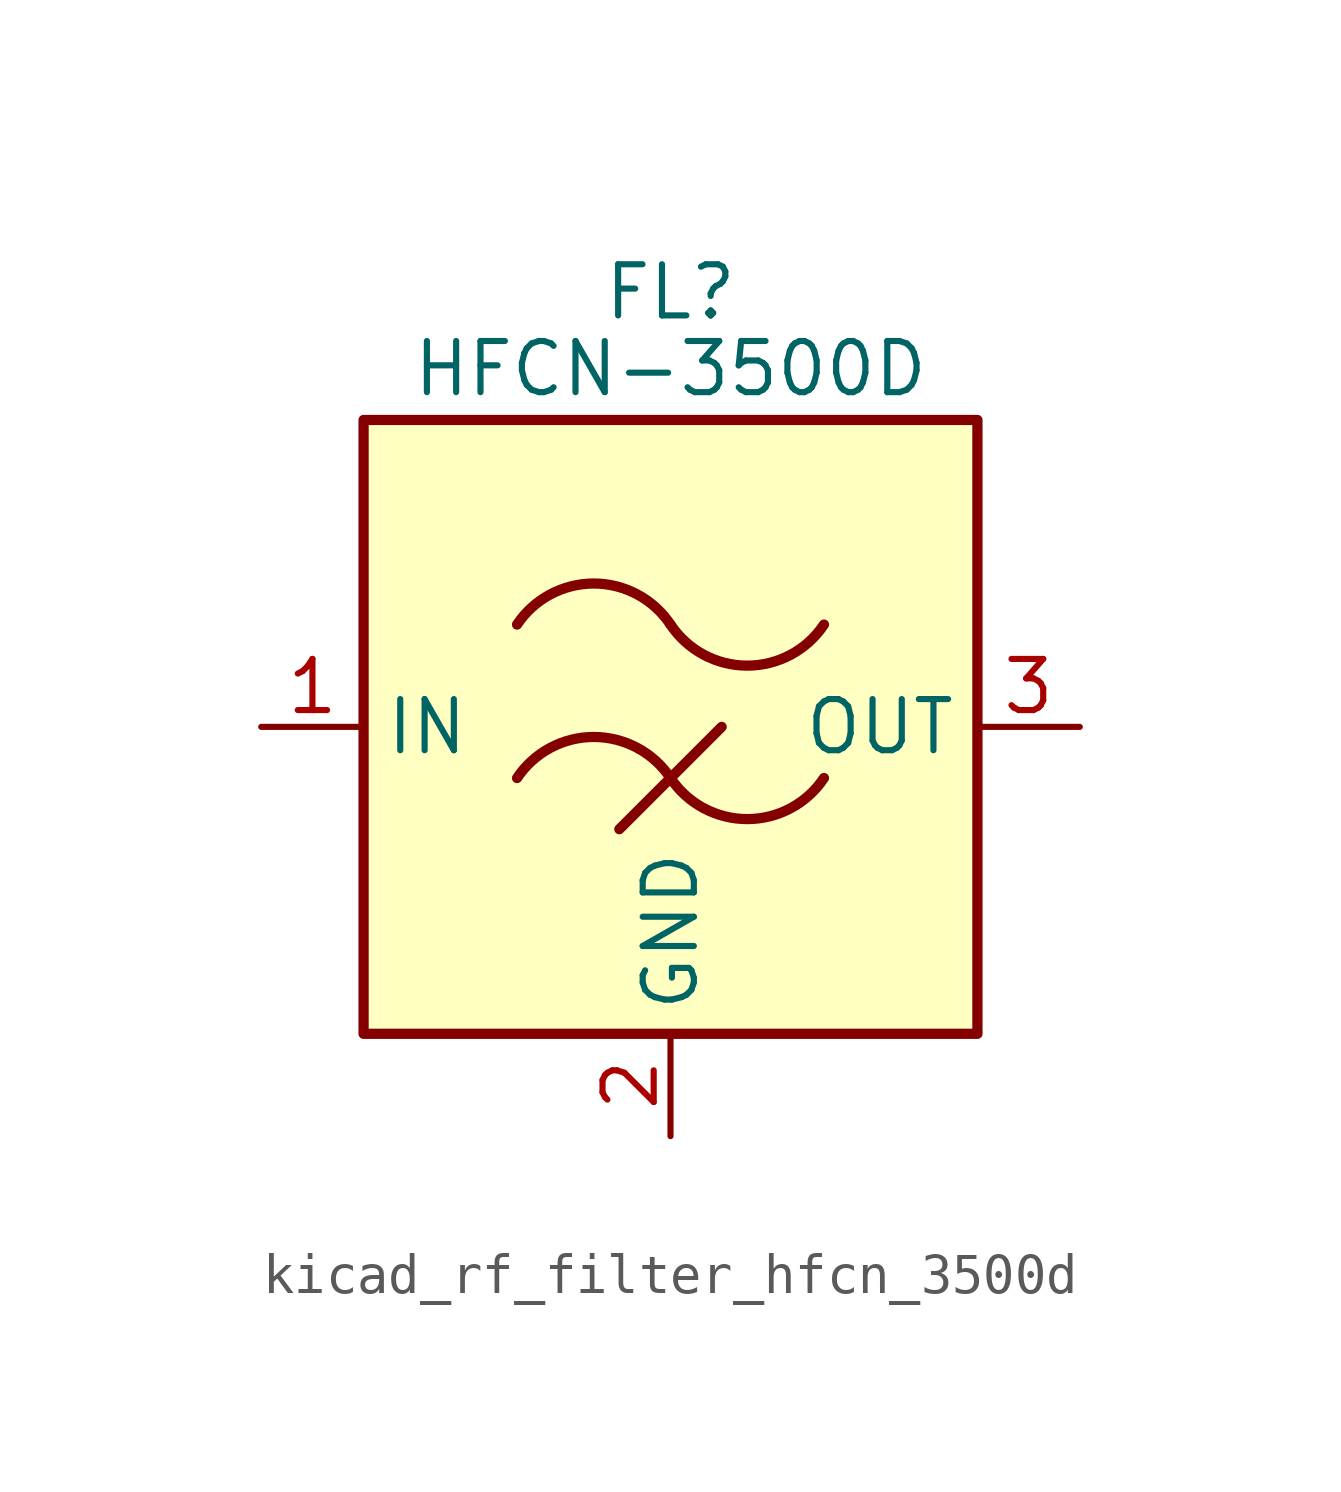
<source format=kicad_sym>
(kicad_symbol_lib
  (version 20220914)
  (generator kicad_symbol_editor)
  (symbol "kicad_rf_filter_hfcn_3500d"
    (property "Reference" "FL"
      (at 0 10.795 0)
      (effects (font (size 1.27 1.27))))
    (property "Value" "HFCN-3500D"
      (at 0 8.89 0)
      (effects (font (size 1.27 1.27))))
    (symbol "kicad_rf_filter_hfcn_3500d_0_1"
      (rectangle (start -7.62 7.62) (end 7.62 -7.62) (stroke (width 0.254) (type default)) (fill (type background)))
      (arc (start 0 -1.27) (mid -1.905 -0.2505) (end -3.81 -1.27) (stroke (width 0.254) (type default)) (fill (type none)))
      (arc (start 0 -1.27) (mid 1.905 -2.2895) (end 3.81 -1.27) (stroke (width 0.254) (type default)) (fill (type none)))
      (polyline (pts (xy -1.27 -2.54) (xy 1.27 0)) (stroke (width 0.254) (type default)) (fill (type none)))
      (arc (start 0 2.54) (mid -1.905 3.5595) (end -3.81 2.54) (stroke (width 0.254) (type default)) (fill (type none)))
      (arc (start 0 2.54) (mid 1.905 1.5205) (end 3.81 2.54) (stroke (width 0.254) (type default)) (fill (type none))))
    (symbol "kicad_rf_filter_hfcn_3500d_1_1"
      (pin passive line (at -10.16 0 0) (length 2.54) (name "IN" (effects (font (size 1.27 1.27)))) (number "1" (effects (font (size 1.27 1.27)))))
      (pin passive line (at 0 -10.16 90) (length 2.54) (name "GND" (effects (font (size 1.27 1.27)))) (number "2" (effects (font (size 1.27 1.27)))))
      (pin passive line (at 10.16 0 180) (length 2.54) (name "OUT" (effects (font (size 1.27 1.27)))) (number "3" (effects (font (size 1.27 1.27)))))
      (pin passive line (at 0 -10.16 90) (length 2.54) hide (name "GND" (effects (font (size 1.27 1.27)))) (number "4" (effects (font (size 1.27 1.27)))))
      (pin passive line (at 0 -10.16 90) (length 2.54) hide (name "GND" (effects (font (size 1.27 1.27)))) (number "5" (effects (font (size 1.27 1.27)))))
      (pin passive line (at 0 -10.16 90) (length 2.54) hide (name "GND" (effects (font (size 1.27 1.27)))) (number "6" (effects (font (size 1.27 1.27))))))))
</source>
